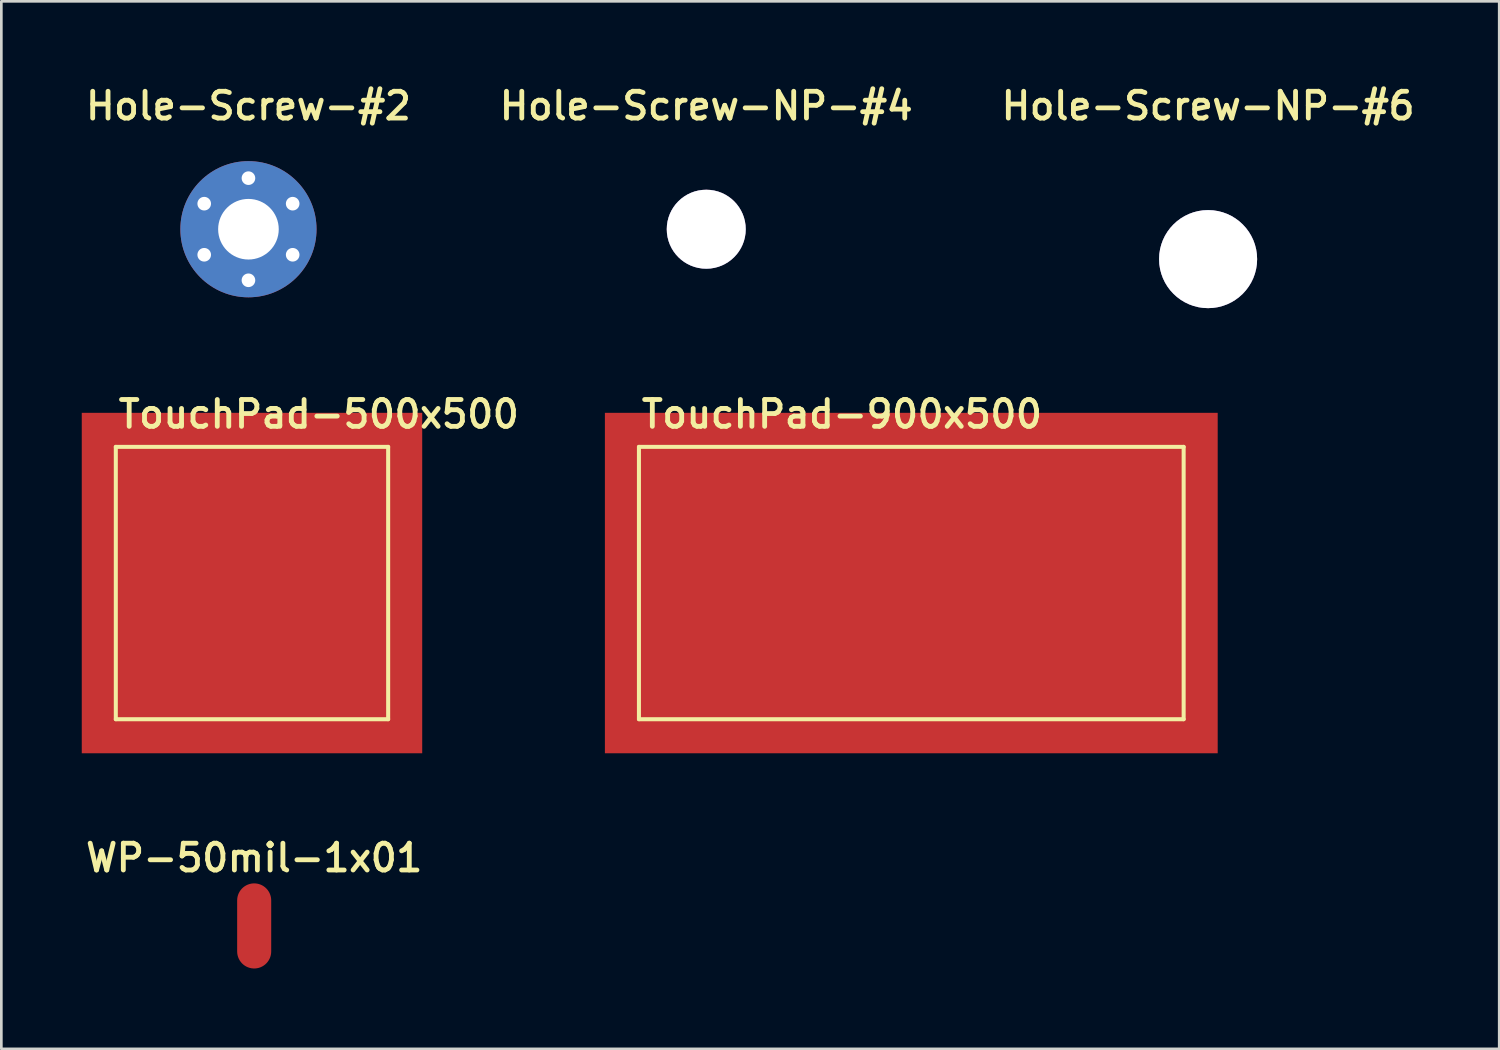
<source format=kicad_pcb>
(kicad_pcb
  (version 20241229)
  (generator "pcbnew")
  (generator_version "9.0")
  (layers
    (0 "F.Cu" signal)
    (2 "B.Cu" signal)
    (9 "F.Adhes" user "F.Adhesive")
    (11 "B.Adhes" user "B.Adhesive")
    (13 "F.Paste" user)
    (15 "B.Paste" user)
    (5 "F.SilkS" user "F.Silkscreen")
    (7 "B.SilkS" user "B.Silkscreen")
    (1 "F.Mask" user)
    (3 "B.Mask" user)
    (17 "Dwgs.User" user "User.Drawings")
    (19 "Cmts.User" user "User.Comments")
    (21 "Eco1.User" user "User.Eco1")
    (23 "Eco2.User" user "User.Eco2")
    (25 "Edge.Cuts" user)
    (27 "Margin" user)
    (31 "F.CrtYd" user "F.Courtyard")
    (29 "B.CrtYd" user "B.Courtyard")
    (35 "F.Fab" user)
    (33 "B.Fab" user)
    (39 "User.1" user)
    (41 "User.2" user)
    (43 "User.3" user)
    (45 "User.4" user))
  (footprint "Hole-Screw-#2"
    (layer "F.Cu")
    (at 6.218 5.501)
    (property "Reference" "Hole-Screw-#2" (at 0 -4.6 0) (layer "F.SilkS") (effects (font (size 1 1) (thickness 0.18))))
    (attr exclude_from_pos_files exclude_from_bom)
    (pad "P" thru_hole circle (at -1.65 -0.953 60) (size 1.016 1.016) (drill 0.508) (layers "*.Cu"))
    (pad "P" thru_hole circle (at -1.65 0.953 120) (size 1.016 1.016) (drill 0.508) (layers "*.Cu"))
    (pad "P" thru_hole circle (at 0 -1.905) (size 1.016 1.016) (drill 0.508) (layers "*.Cu"))
    (pad "P" thru_hole circle (at 0 0) (size 5.08 5.08) (drill 2.261) (layers "*.Cu" "*.Mask"))
    (pad "P" thru_hole circle (at 0 1.905 180) (size 1.016 1.016) (drill 0.508) (layers "*.Cu"))
    (pad "P" thru_hole circle (at 1.65 -0.953 300) (size 1.016 1.016) (drill 0.508) (layers "*.Cu"))
    (pad "P" thru_hole circle (at 1.65 0.953 240) (size 1.016 1.016) (drill 0.508) (layers "*.Cu")))
  (footprint "WP-50mil-1x01"
    (layer "F.Cu")
    (at 6.432 31.491)
    (property "Reference" "WP-50mil-1x01" (at 0 -2.54 0) (layer "F.SilkS") (effects (font (size 1 1) (thickness 0.18))))
    (attr exclude_from_pos_files exclude_from_bom)
    (pad "1" smd oval (at 0 0) (size 1.27 3.175) (layers "F.Cu" "F.Mask" "F.Paste")))
  (footprint "Hole-Screw-NP-#6"
    (layer "F.Cu")
    (at 42.017 6.616)
    (property "Reference" "Hole-Screw-NP-#6" (at 0 -5.715 0) (layer "F.SilkS") (effects (font (size 1 1) (thickness 0.18))))
    (attr exclude_from_pos_files exclude_from_bom)
    (pad "P" thru_hole circle (at 0 0) (size 3.658 3.658) (drill 3.658) (layers "*.Cu" "*.Mask")))
  (footprint "TouchPad-900x500"
    (layer "F.Cu")
    (at 30.945 18.7)
    (property "Reference" "TouchPad-900x500" (at -10.16 -5.715 0) (layer "F.SilkS") (effects (font (size 1 1) (thickness 0.18)) (justify left bottom)))
    (attr through_hole)
    (fp_line (start -10.16 -5.08) (end 10.16 -5.08) (stroke (width 0.15) (type solid)) (layer "F.SilkS"))
    (fp_line (start -10.16 5.08) (end -10.16 -5.08) (stroke (width 0.15) (type solid)) (layer "F.SilkS"))
    (fp_line (start 10.16 -5.08) (end 10.16 5.08) (stroke (width 0.15) (type solid)) (layer "F.SilkS"))
    (fp_line (start 10.16 5.08) (end -10.16 5.08) (stroke (width 0.15) (type solid)) (layer "F.SilkS"))
    (pad "1" smd rect (at 0 0) (size 22.86 12.7) (layers "F.Cu")))
  (footprint "TouchPad-500x500"
    (layer "F.Cu")
    (at 6.35 18.7)
    (property "Reference" "TouchPad-500x500" (at -5.08 -5.715 0) (layer "F.SilkS") (effects (font (size 1 1) (thickness 0.18)) (justify left bottom)))
    (attr through_hole)
    (fp_line (start -5.08 -5.08) (end 5.08 -5.08) (stroke (width 0.15) (type solid)) (layer "F.SilkS"))
    (fp_line (start -5.08 5.08) (end -5.08 -5.08) (stroke (width 0.15) (type solid)) (layer "F.SilkS"))
    (fp_line (start 5.08 -5.08) (end 5.08 5.08) (stroke (width 0.15) (type solid)) (layer "F.SilkS"))
    (fp_line (start 5.08 5.08) (end -5.08 5.08) (stroke (width 0.15) (type solid)) (layer "F.SilkS"))
    (pad "1" smd rect (at 0 0) (size 12.7 12.7) (layers "F.Cu")))
  (footprint "Hole-Screw-NP-#4"
    (layer "F.Cu")
    (at 23.296 5.501)
    (property "Reference" "Hole-Screw-NP-#4" (at 0 -4.6 0) (layer "F.SilkS") (effects (font (size 1 1) (thickness 0.18))))
    (attr exclude_from_pos_files exclude_from_bom)
    (pad "P" thru_hole circle (at 0 0) (size 2.946 2.946) (drill 2.946) (layers "*.Cu" "*.Mask")))
  (gr_rect
    (start -3 -3)
    (end 52.877 36.078)
    (stroke (width 0.1) (type default))
    (fill no)
    (layer "Edge.Cuts")))
</source>
